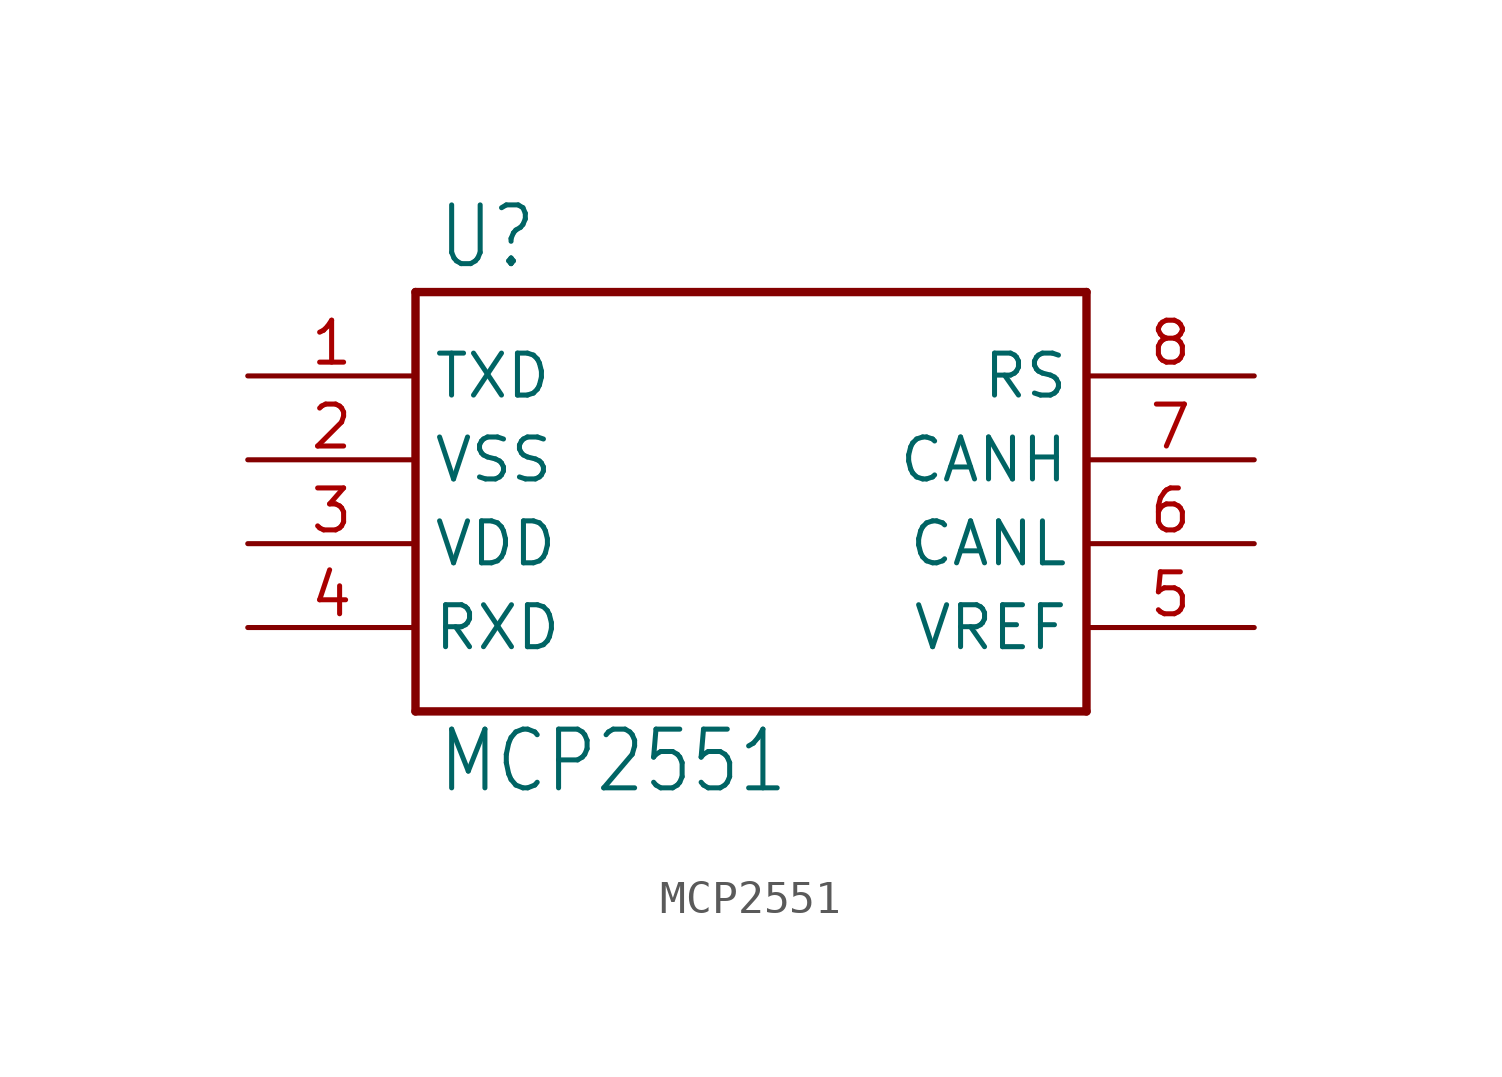
<source format=kicad_sym>
(kicad_symbol_lib
  (version 20211014)
  (generator kicad_symbol_editor)
  (symbol "MCP2551"
    (property "Reference" "U"
      (at -4.445 10.795 0)
      (effects (font (size 1.778 1.511)) (justify left bottom)))
    (property "Value" "MCP2551"
      (at -4.445 -5.08 0)
      (effects (font (size 1.778 1.511)) (justify left bottom)))
    (property "ki_locked" ""
      (at 0 0 0)
      (effects (font (size 1.27 1.27))))
    (symbol "MCP2551_1_0"
      (polyline (pts (xy -5.08 -2.54) (xy 15.24 -2.54)) (stroke (width 0.254) (type default) (color 0 0 0 0)) (fill (type none)))
      (polyline (pts (xy -5.08 10.16) (xy -5.08 -2.54)) (stroke (width 0.254) (type default) (color 0 0 0 0)) (fill (type none)))
      (polyline (pts (xy 15.24 -2.54) (xy 15.24 10.16)) (stroke (width 0.254) (type default) (color 0 0 0 0)) (fill (type none)))
      (polyline (pts (xy 15.24 10.16) (xy -5.08 10.16)) (stroke (width 0.254) (type default) (color 0 0 0 0)) (fill (type none)))
      (pin bidirectional line (at -10.16 7.62 0) (length 5.08) (name "TXD" (effects (font (size 1.27 1.27)))) (number "1" (effects (font (size 1.27 1.27)))))
      (pin bidirectional line (at -10.16 5.08 0) (length 5.08) (name "VSS" (effects (font (size 1.27 1.27)))) (number "2" (effects (font (size 1.27 1.27)))))
      (pin bidirectional line (at -10.16 2.54 0) (length 5.08) (name "VDD" (effects (font (size 1.27 1.27)))) (number "3" (effects (font (size 1.27 1.27)))))
      (pin bidirectional line (at -10.16 0 0) (length 5.08) (name "RXD" (effects (font (size 1.27 1.27)))) (number "4" (effects (font (size 1.27 1.27)))))
      (pin bidirectional line (at 20.32 0 180) (length 5.08) (name "VREF" (effects (font (size 1.27 1.27)))) (number "5" (effects (font (size 1.27 1.27)))))
      (pin bidirectional line (at 20.32 2.54 180) (length 5.08) (name "CANL" (effects (font (size 1.27 1.27)))) (number "6" (effects (font (size 1.27 1.27)))))
      (pin bidirectional line (at 20.32 5.08 180) (length 5.08) (name "CANH" (effects (font (size 1.27 1.27)))) (number "7" (effects (font (size 1.27 1.27)))))
      (pin bidirectional line (at 20.32 7.62 180) (length 5.08) (name "RS" (effects (font (size 1.27 1.27)))) (number "8" (effects (font (size 1.27 1.27))))))))
</source>
